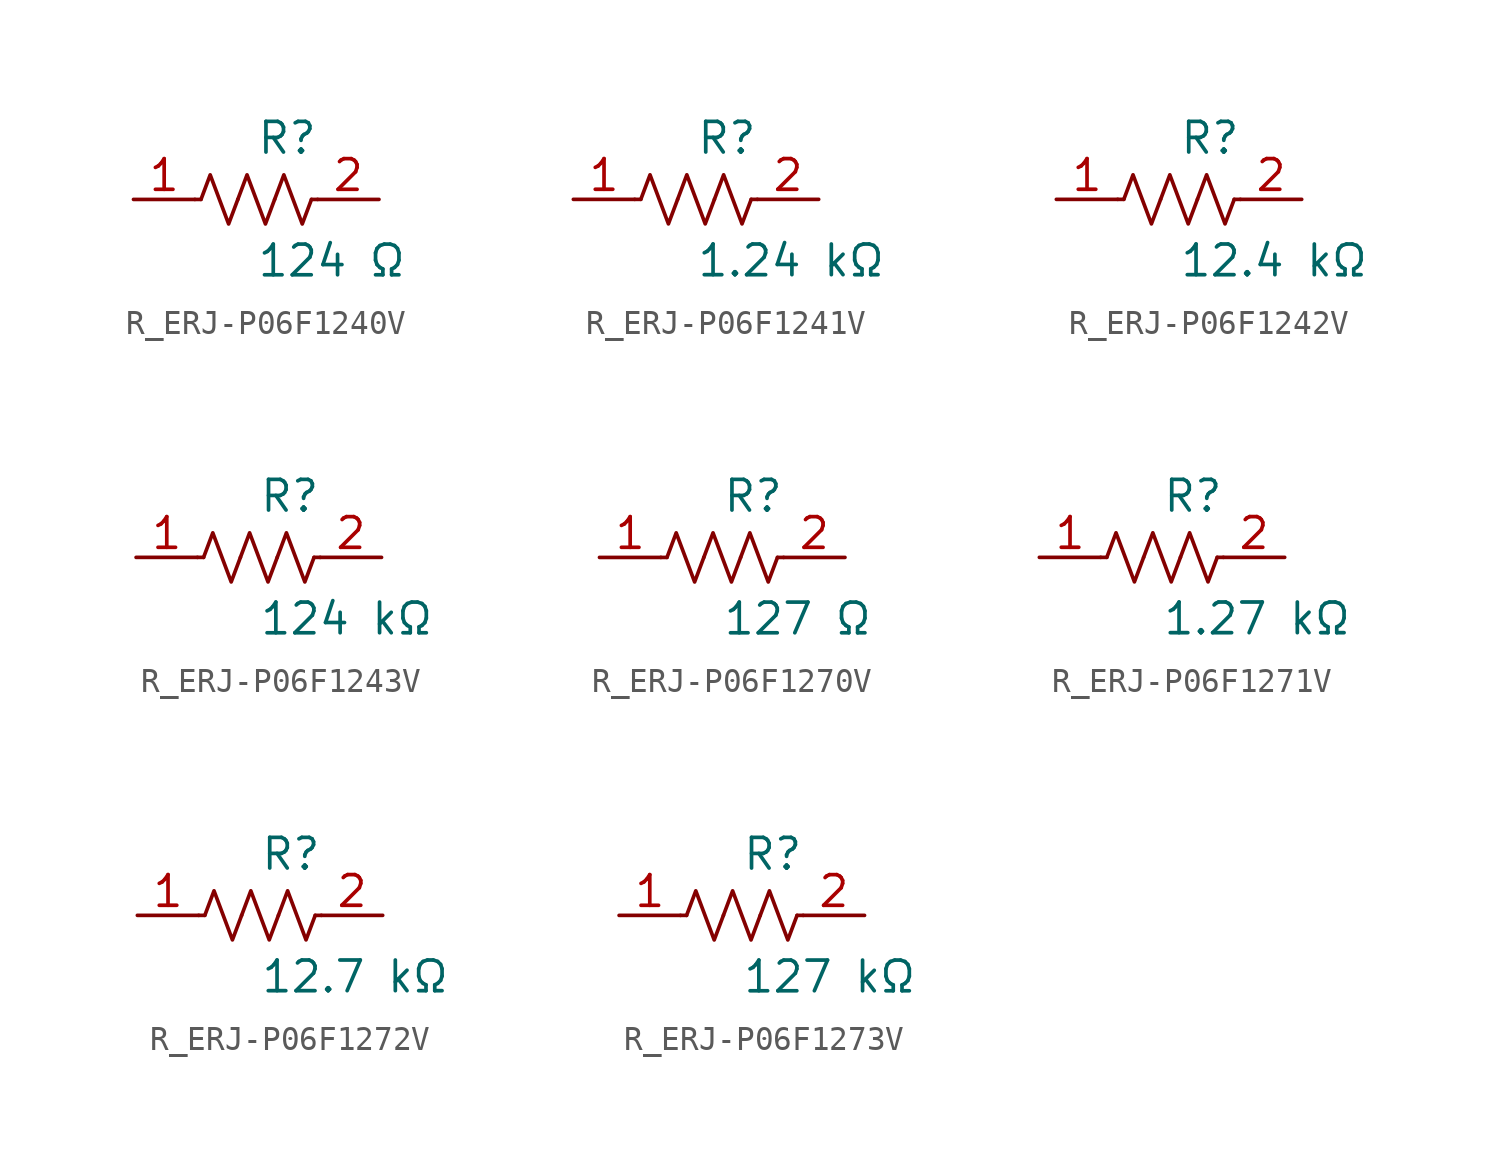
<source format=kicad_sym>
(kicad_symbol_lib
  (version 20231120)
  (generator kicad_symbol_editor)
  (generator_version 8.0)
  (symbol "R_ERJ-P06F1240V"
    (pin_names
      (offset 0.254))
    (property "Reference" "R"
      (at 0.0 2.54 0)
      (effects (font (size 1.27 1.27)) (justify left)))
    (property "Value" "124 Ω"
      (at 0.0 -2.54 0)
      (effects (font (size 1.27 1.27)) (justify left)))
    (symbol "R_ERJ-P06F1240V_0_1"
      (polyline (pts (xy 2.286 0) (xy 2.54 0)) (stroke (width 0) (type default)) (fill (type none)))
      (polyline (pts (xy -2.286 0) (xy -2.54 0)) (stroke (width 0) (type default)) (fill (type none)))
      (polyline (pts (xy 0.762 0) (xy 1.143 1.016) (xy 1.524 0) (xy 1.905 -1.016) (xy 2.286 0)) (stroke (width 0) (type default)) (fill (type none)))
      (polyline (pts (xy -0.762 0) (xy -0.381 1.016) (xy 0 0) (xy 0.381 -1.016) (xy 0.762 0)) (stroke (width 0) (type default)) (fill (type none)))
      (polyline (pts (xy -2.286 0) (xy -1.905 1.016) (xy -1.524 0) (xy -1.143 -1.016) (xy -0.762 0)) (stroke (width 0) (type default)) (fill (type none))))
    (pin unspecified line
      (at -5.08 0 0)
      (length 2.54)
      (name "" (effects (font (size 1.27 1.27))))
      (number "1" (effects (font (size 1.27 1.27)))))
    (pin unspecified line
      (at 5.08 0 180)
      (length 2.54)
      (name "" (effects (font (size 1.27 1.27))))
      (number "2" (effects (font (size 1.27 1.27))))))
  (symbol "R_ERJ-P06F1241V"
    (pin_names
      (offset 0.254))
    (property "Reference" "R"
      (at 0.0 2.54 0)
      (effects (font (size 1.27 1.27)) (justify left)))
    (property "Value" "1.24 kΩ"
      (at 0.0 -2.54 0)
      (effects (font (size 1.27 1.27)) (justify left)))
    (symbol "R_ERJ-P06F1241V_0_1"
      (polyline (pts (xy 2.286 0) (xy 2.54 0)) (stroke (width 0) (type default)) (fill (type none)))
      (polyline (pts (xy -2.286 0) (xy -2.54 0)) (stroke (width 0) (type default)) (fill (type none)))
      (polyline (pts (xy 0.762 0) (xy 1.143 1.016) (xy 1.524 0) (xy 1.905 -1.016) (xy 2.286 0)) (stroke (width 0) (type default)) (fill (type none)))
      (polyline (pts (xy -0.762 0) (xy -0.381 1.016) (xy 0 0) (xy 0.381 -1.016) (xy 0.762 0)) (stroke (width 0) (type default)) (fill (type none)))
      (polyline (pts (xy -2.286 0) (xy -1.905 1.016) (xy -1.524 0) (xy -1.143 -1.016) (xy -0.762 0)) (stroke (width 0) (type default)) (fill (type none))))
    (pin unspecified line
      (at -5.08 0 0)
      (length 2.54)
      (name "" (effects (font (size 1.27 1.27))))
      (number "1" (effects (font (size 1.27 1.27)))))
    (pin unspecified line
      (at 5.08 0 180)
      (length 2.54)
      (name "" (effects (font (size 1.27 1.27))))
      (number "2" (effects (font (size 1.27 1.27))))))
  (symbol "R_ERJ-P06F1242V"
    (pin_names
      (offset 0.254))
    (property "Reference" "R"
      (at 0.0 2.54 0)
      (effects (font (size 1.27 1.27)) (justify left)))
    (property "Value" "12.4 kΩ"
      (at 0.0 -2.54 0)
      (effects (font (size 1.27 1.27)) (justify left)))
    (symbol "R_ERJ-P06F1242V_0_1"
      (polyline (pts (xy 2.286 0) (xy 2.54 0)) (stroke (width 0) (type default)) (fill (type none)))
      (polyline (pts (xy -2.286 0) (xy -2.54 0)) (stroke (width 0) (type default)) (fill (type none)))
      (polyline (pts (xy 0.762 0) (xy 1.143 1.016) (xy 1.524 0) (xy 1.905 -1.016) (xy 2.286 0)) (stroke (width 0) (type default)) (fill (type none)))
      (polyline (pts (xy -0.762 0) (xy -0.381 1.016) (xy 0 0) (xy 0.381 -1.016) (xy 0.762 0)) (stroke (width 0) (type default)) (fill (type none)))
      (polyline (pts (xy -2.286 0) (xy -1.905 1.016) (xy -1.524 0) (xy -1.143 -1.016) (xy -0.762 0)) (stroke (width 0) (type default)) (fill (type none))))
    (pin unspecified line
      (at -5.08 0 0)
      (length 2.54)
      (name "" (effects (font (size 1.27 1.27))))
      (number "1" (effects (font (size 1.27 1.27)))))
    (pin unspecified line
      (at 5.08 0 180)
      (length 2.54)
      (name "" (effects (font (size 1.27 1.27))))
      (number "2" (effects (font (size 1.27 1.27))))))
  (symbol "R_ERJ-P06F1243V"
    (pin_names
      (offset 0.254))
    (property "Reference" "R"
      (at 0.0 2.54 0)
      (effects (font (size 1.27 1.27)) (justify left)))
    (property "Value" "124 kΩ"
      (at 0.0 -2.54 0)
      (effects (font (size 1.27 1.27)) (justify left)))
    (symbol "R_ERJ-P06F1243V_0_1"
      (polyline (pts (xy 2.286 0) (xy 2.54 0)) (stroke (width 0) (type default)) (fill (type none)))
      (polyline (pts (xy -2.286 0) (xy -2.54 0)) (stroke (width 0) (type default)) (fill (type none)))
      (polyline (pts (xy 0.762 0) (xy 1.143 1.016) (xy 1.524 0) (xy 1.905 -1.016) (xy 2.286 0)) (stroke (width 0) (type default)) (fill (type none)))
      (polyline (pts (xy -0.762 0) (xy -0.381 1.016) (xy 0 0) (xy 0.381 -1.016) (xy 0.762 0)) (stroke (width 0) (type default)) (fill (type none)))
      (polyline (pts (xy -2.286 0) (xy -1.905 1.016) (xy -1.524 0) (xy -1.143 -1.016) (xy -0.762 0)) (stroke (width 0) (type default)) (fill (type none))))
    (pin unspecified line
      (at -5.08 0 0)
      (length 2.54)
      (name "" (effects (font (size 1.27 1.27))))
      (number "1" (effects (font (size 1.27 1.27)))))
    (pin unspecified line
      (at 5.08 0 180)
      (length 2.54)
      (name "" (effects (font (size 1.27 1.27))))
      (number "2" (effects (font (size 1.27 1.27))))))
  (symbol "R_ERJ-P06F1270V"
    (pin_names
      (offset 0.254))
    (property "Reference" "R"
      (at 0.0 2.54 0)
      (effects (font (size 1.27 1.27)) (justify left)))
    (property "Value" "127 Ω"
      (at 0.0 -2.54 0)
      (effects (font (size 1.27 1.27)) (justify left)))
    (symbol "R_ERJ-P06F1270V_0_1"
      (polyline (pts (xy 2.286 0) (xy 2.54 0)) (stroke (width 0) (type default)) (fill (type none)))
      (polyline (pts (xy -2.286 0) (xy -2.54 0)) (stroke (width 0) (type default)) (fill (type none)))
      (polyline (pts (xy 0.762 0) (xy 1.143 1.016) (xy 1.524 0) (xy 1.905 -1.016) (xy 2.286 0)) (stroke (width 0) (type default)) (fill (type none)))
      (polyline (pts (xy -0.762 0) (xy -0.381 1.016) (xy 0 0) (xy 0.381 -1.016) (xy 0.762 0)) (stroke (width 0) (type default)) (fill (type none)))
      (polyline (pts (xy -2.286 0) (xy -1.905 1.016) (xy -1.524 0) (xy -1.143 -1.016) (xy -0.762 0)) (stroke (width 0) (type default)) (fill (type none))))
    (pin unspecified line
      (at -5.08 0 0)
      (length 2.54)
      (name "" (effects (font (size 1.27 1.27))))
      (number "1" (effects (font (size 1.27 1.27)))))
    (pin unspecified line
      (at 5.08 0 180)
      (length 2.54)
      (name "" (effects (font (size 1.27 1.27))))
      (number "2" (effects (font (size 1.27 1.27))))))
  (symbol "R_ERJ-P06F1271V"
    (pin_names
      (offset 0.254))
    (property "Reference" "R"
      (at 0.0 2.54 0)
      (effects (font (size 1.27 1.27)) (justify left)))
    (property "Value" "1.27 kΩ"
      (at 0.0 -2.54 0)
      (effects (font (size 1.27 1.27)) (justify left)))
    (symbol "R_ERJ-P06F1271V_0_1"
      (polyline (pts (xy 2.286 0) (xy 2.54 0)) (stroke (width 0) (type default)) (fill (type none)))
      (polyline (pts (xy -2.286 0) (xy -2.54 0)) (stroke (width 0) (type default)) (fill (type none)))
      (polyline (pts (xy 0.762 0) (xy 1.143 1.016) (xy 1.524 0) (xy 1.905 -1.016) (xy 2.286 0)) (stroke (width 0) (type default)) (fill (type none)))
      (polyline (pts (xy -0.762 0) (xy -0.381 1.016) (xy 0 0) (xy 0.381 -1.016) (xy 0.762 0)) (stroke (width 0) (type default)) (fill (type none)))
      (polyline (pts (xy -2.286 0) (xy -1.905 1.016) (xy -1.524 0) (xy -1.143 -1.016) (xy -0.762 0)) (stroke (width 0) (type default)) (fill (type none))))
    (pin unspecified line
      (at -5.08 0 0)
      (length 2.54)
      (name "" (effects (font (size 1.27 1.27))))
      (number "1" (effects (font (size 1.27 1.27)))))
    (pin unspecified line
      (at 5.08 0 180)
      (length 2.54)
      (name "" (effects (font (size 1.27 1.27))))
      (number "2" (effects (font (size 1.27 1.27))))))
  (symbol "R_ERJ-P06F1272V"
    (pin_names
      (offset 0.254))
    (property "Reference" "R"
      (at 0.0 2.54 0)
      (effects (font (size 1.27 1.27)) (justify left)))
    (property "Value" "12.7 kΩ"
      (at 0.0 -2.54 0)
      (effects (font (size 1.27 1.27)) (justify left)))
    (symbol "R_ERJ-P06F1272V_0_1"
      (polyline (pts (xy 2.286 0) (xy 2.54 0)) (stroke (width 0) (type default)) (fill (type none)))
      (polyline (pts (xy -2.286 0) (xy -2.54 0)) (stroke (width 0) (type default)) (fill (type none)))
      (polyline (pts (xy 0.762 0) (xy 1.143 1.016) (xy 1.524 0) (xy 1.905 -1.016) (xy 2.286 0)) (stroke (width 0) (type default)) (fill (type none)))
      (polyline (pts (xy -0.762 0) (xy -0.381 1.016) (xy 0 0) (xy 0.381 -1.016) (xy 0.762 0)) (stroke (width 0) (type default)) (fill (type none)))
      (polyline (pts (xy -2.286 0) (xy -1.905 1.016) (xy -1.524 0) (xy -1.143 -1.016) (xy -0.762 0)) (stroke (width 0) (type default)) (fill (type none))))
    (pin unspecified line
      (at -5.08 0 0)
      (length 2.54)
      (name "" (effects (font (size 1.27 1.27))))
      (number "1" (effects (font (size 1.27 1.27)))))
    (pin unspecified line
      (at 5.08 0 180)
      (length 2.54)
      (name "" (effects (font (size 1.27 1.27))))
      (number "2" (effects (font (size 1.27 1.27))))))
  (symbol "R_ERJ-P06F1273V"
    (pin_names
      (offset 0.254))
    (property "Reference" "R"
      (at 0.0 2.54 0)
      (effects (font (size 1.27 1.27)) (justify left)))
    (property "Value" "127 kΩ"
      (at 0.0 -2.54 0)
      (effects (font (size 1.27 1.27)) (justify left)))
    (symbol "R_ERJ-P06F1273V_0_1"
      (polyline (pts (xy 2.286 0) (xy 2.54 0)) (stroke (width 0) (type default)) (fill (type none)))
      (polyline (pts (xy -2.286 0) (xy -2.54 0)) (stroke (width 0) (type default)) (fill (type none)))
      (polyline (pts (xy 0.762 0) (xy 1.143 1.016) (xy 1.524 0) (xy 1.905 -1.016) (xy 2.286 0)) (stroke (width 0) (type default)) (fill (type none)))
      (polyline (pts (xy -0.762 0) (xy -0.381 1.016) (xy 0 0) (xy 0.381 -1.016) (xy 0.762 0)) (stroke (width 0) (type default)) (fill (type none)))
      (polyline (pts (xy -2.286 0) (xy -1.905 1.016) (xy -1.524 0) (xy -1.143 -1.016) (xy -0.762 0)) (stroke (width 0) (type default)) (fill (type none))))
    (pin unspecified line
      (at -5.08 0 0)
      (length 2.54)
      (name "" (effects (font (size 1.27 1.27))))
      (number "1" (effects (font (size 1.27 1.27)))))
    (pin unspecified line
      (at 5.08 0 180)
      (length 2.54)
      (name "" (effects (font (size 1.27 1.27))))
      (number "2" (effects (font (size 1.27 1.27)))))))
</source>
